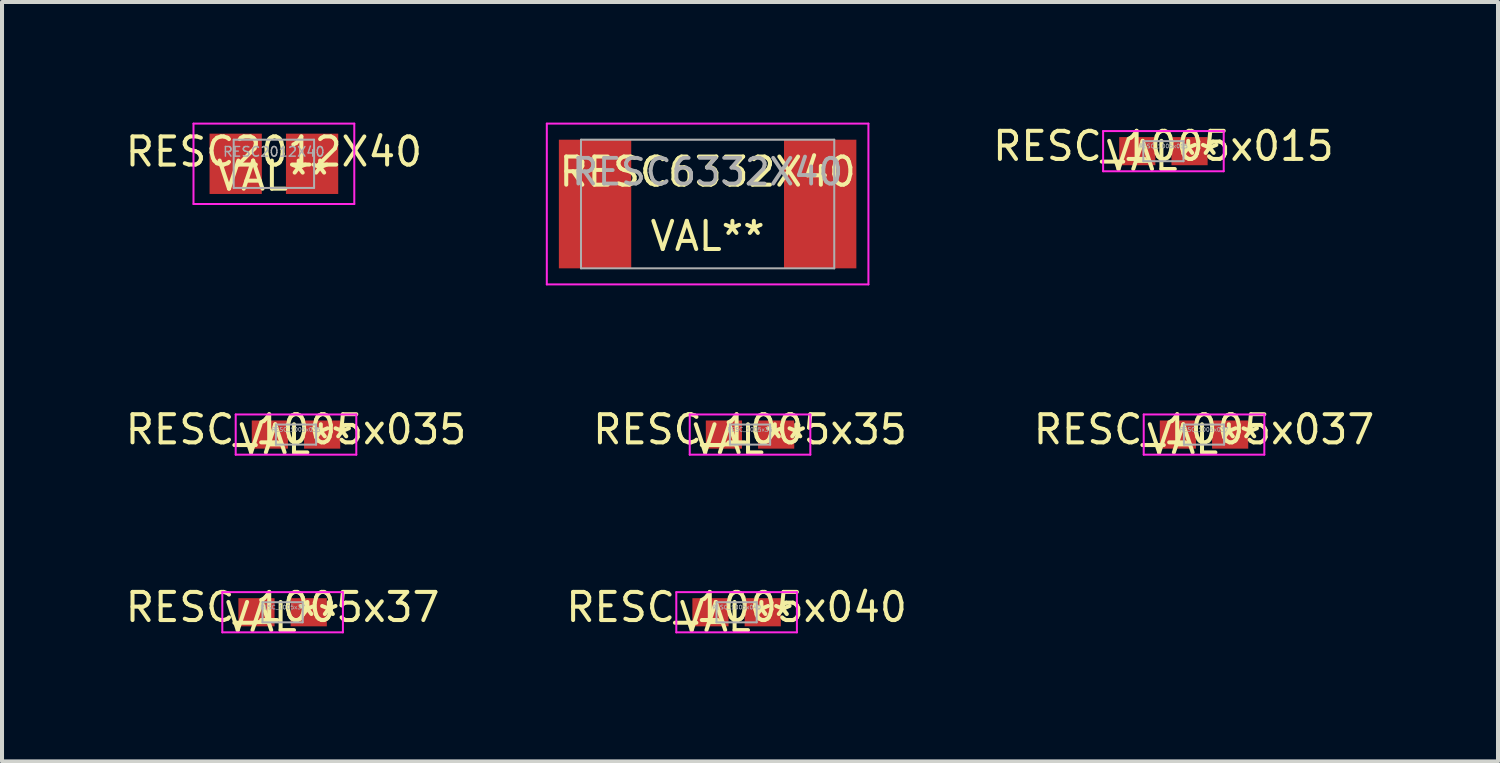
<source format=kicad_pcb>
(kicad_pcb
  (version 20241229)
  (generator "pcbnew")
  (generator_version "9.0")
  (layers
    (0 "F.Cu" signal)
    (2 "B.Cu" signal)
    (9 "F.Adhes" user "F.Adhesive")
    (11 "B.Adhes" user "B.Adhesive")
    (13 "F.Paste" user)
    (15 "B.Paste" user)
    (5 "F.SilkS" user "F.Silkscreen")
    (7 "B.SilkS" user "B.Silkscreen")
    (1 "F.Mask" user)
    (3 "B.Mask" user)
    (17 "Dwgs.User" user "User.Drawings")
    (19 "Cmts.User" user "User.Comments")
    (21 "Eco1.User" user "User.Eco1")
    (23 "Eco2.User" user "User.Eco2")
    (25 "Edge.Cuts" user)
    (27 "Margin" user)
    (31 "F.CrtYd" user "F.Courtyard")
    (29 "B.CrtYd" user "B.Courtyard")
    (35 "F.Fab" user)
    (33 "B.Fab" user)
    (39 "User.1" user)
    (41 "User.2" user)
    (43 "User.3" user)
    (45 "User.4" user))
  (footprint "RESC_1005x015"
    (layer "F.Cu")
    (at 25.89 0.71)
    (property "Reference" "RESC_1005x015" (at 0 -0.125 0) (layer "F.Fab") (effects (font (size 0.1 0.1) (thickness 0.015))))
    (property "Value" "VAL**" (at 0 0.125 0) (layer "F.Fab") (hide yes) (effects (font (size 0.1 0.1) (thickness 0.015))))
    (attr smd)
    (fp_line (start -1.5 -0.5) (end 1.5 -0.5) (stroke (width 0.05) (type solid)) (layer "F.CrtYd"))
    (fp_line (start -1.5 0.5) (end -1.5 -0.5) (stroke (width 0.05) (type solid)) (layer "F.CrtYd"))
    (fp_line (start 1.5 -0.5) (end 1.5 0.5) (stroke (width 0.05) (type solid)) (layer "F.CrtYd"))
    (fp_line (start 1.5 0.5) (end -1.5 0.5) (stroke (width 0.05) (type solid)) (layer "F.CrtYd"))
    (fp_line (start -0.5 -0.25) (end 0.5 -0.25) (stroke (width 0.05) (type solid)) (layer "F.Fab"))
    (fp_line (start -0.5 0.25) (end -0.5 -0.25) (stroke (width 0.05) (type solid)) (layer "F.Fab"))
    (fp_line (start 0.5 -0.25) (end 0.5 0.25) (stroke (width 0.05) (type solid)) (layer "F.Fab"))
    (fp_line (start 0.5 0.25) (end -0.5 0.25) (stroke (width 0.05) (type solid)) (layer "F.Fab"))
    (fp_text user "${REFERENCE}" (at 0 -0.125 0) (layer "F.SilkS") (effects (font (size 0.7 0.7) (thickness 0.1))))
    (fp_text user "${VALUE}" (at 0 0.125 0) (layer "F.SilkS") (effects (font (size 0.7 0.7) (thickness 0.1))))
    (pad "1" smd rect (at -0.65 0) (size 0.9 0.7) (layers "F.Cu" "F.Mask" "F.Paste"))
    (pad "2" smd rect (at 0.65 0) (size 0.9 0.7) (layers "F.Cu" "F.Mask" "F.Paste")))
  (footprint "RESC_1005x37"
    (layer "F.Cu")
    (at 3.98 12.18)
    (property "Reference" "RESC_1005x37" (at 0 -0.125 0) (layer "F.Fab") (effects (font (size 0.1 0.1) (thickness 0.015))))
    (property "Value" "VAL**" (at 0 0.125 0) (layer "F.Fab") (hide yes) (effects (font (size 0.1 0.1) (thickness 0.015))))
    (attr smd)
    (fp_line (start -1.5 -0.5) (end 1.5 -0.5) (stroke (width 0.05) (type solid)) (layer "F.CrtYd"))
    (fp_line (start -1.5 0.5) (end -1.5 -0.5) (stroke (width 0.05) (type solid)) (layer "F.CrtYd"))
    (fp_line (start 1.5 -0.5) (end 1.5 0.5) (stroke (width 0.05) (type solid)) (layer "F.CrtYd"))
    (fp_line (start 1.5 0.5) (end -1.5 0.5) (stroke (width 0.05) (type solid)) (layer "F.CrtYd"))
    (fp_line (start -0.5 -0.25) (end 0.5 -0.25) (stroke (width 0.05) (type solid)) (layer "F.Fab"))
    (fp_line (start -0.5 0.25) (end -0.5 -0.25) (stroke (width 0.05) (type solid)) (layer "F.Fab"))
    (fp_line (start 0.5 -0.25) (end 0.5 0.25) (stroke (width 0.05) (type solid)) (layer "F.Fab"))
    (fp_line (start 0.5 0.25) (end -0.5 0.25) (stroke (width 0.05) (type solid)) (layer "F.Fab"))
    (fp_text user "${VALUE}" (at 0 0.125 0) (layer "F.SilkS") (effects (font (size 0.7 0.7) (thickness 0.1))))
    (fp_text user "${REFERENCE}" (at 0 -0.125 0) (layer "F.SilkS") (effects (font (size 0.7 0.7) (thickness 0.1))))
    (pad "1" smd rect (at -0.65 0) (size 0.9 0.7) (layers "F.Cu" "F.Mask" "F.Paste"))
    (pad "2" smd rect (at 0.65 0) (size 0.9 0.7) (layers "F.Cu" "F.Mask" "F.Paste")))
  (footprint "RESC_1005x037"
    (layer "F.Cu")
    (at 26.9 7.76)
    (property "Reference" "RESC_1005x037" (at 0 -0.125 0) (layer "F.Fab") (effects (font (size 0.1 0.1) (thickness 0.015))))
    (property "Value" "VAL**" (at 0 0.125 0) (layer "F.Fab") (hide yes) (effects (font (size 0.1 0.1) (thickness 0.015))))
    (attr smd)
    (fp_line (start -1.5 -0.5) (end 1.5 -0.5) (stroke (width 0.05) (type solid)) (layer "F.CrtYd"))
    (fp_line (start -1.5 0.5) (end -1.5 -0.5) (stroke (width 0.05) (type solid)) (layer "F.CrtYd"))
    (fp_line (start 1.5 -0.5) (end 1.5 0.5) (stroke (width 0.05) (type solid)) (layer "F.CrtYd"))
    (fp_line (start 1.5 0.5) (end -1.5 0.5) (stroke (width 0.05) (type solid)) (layer "F.CrtYd"))
    (fp_line (start -0.5 -0.25) (end 0.5 -0.25) (stroke (width 0.05) (type solid)) (layer "F.Fab"))
    (fp_line (start -0.5 0.25) (end -0.5 -0.25) (stroke (width 0.05) (type solid)) (layer "F.Fab"))
    (fp_line (start 0.5 -0.25) (end 0.5 0.25) (stroke (width 0.05) (type solid)) (layer "F.Fab"))
    (fp_line (start 0.5 0.25) (end -0.5 0.25) (stroke (width 0.05) (type solid)) (layer "F.Fab"))
    (fp_text user "${VALUE}" (at 0 0.125 0) (layer "F.SilkS") (effects (font (size 0.7 0.7) (thickness 0.1))))
    (fp_text user "${REFERENCE}" (at 0 -0.125 0) (layer "F.SilkS") (effects (font (size 0.7 0.7) (thickness 0.1))))
    (pad "1" smd rect (at -0.65 0) (size 0.9 0.7) (layers "F.Cu" "F.Mask" "F.Paste"))
    (pad "2" smd rect (at 0.65 0) (size 0.9 0.7) (layers "F.Cu" "F.Mask" "F.Paste")))
  (footprint "RESC_1005x35"
    (layer "F.Cu")
    (at 15.607 7.76)
    (property "Reference" "RESC_1005x35" (at 0 -0.125 0) (layer "F.Fab") (effects (font (size 0.1 0.1) (thickness 0.015))))
    (property "Value" "VAL**" (at 0 0.125 0) (layer "F.Fab") (hide yes) (effects (font (size 0.1 0.1) (thickness 0.015))))
    (attr smd)
    (fp_line (start -1.5 -0.5) (end 1.5 -0.5) (stroke (width 0.05) (type solid)) (layer "F.CrtYd"))
    (fp_line (start -1.5 0.5) (end -1.5 -0.5) (stroke (width 0.05) (type solid)) (layer "F.CrtYd"))
    (fp_line (start 1.5 -0.5) (end 1.5 0.5) (stroke (width 0.05) (type solid)) (layer "F.CrtYd"))
    (fp_line (start 1.5 0.5) (end -1.5 0.5) (stroke (width 0.05) (type solid)) (layer "F.CrtYd"))
    (fp_line (start -0.5 -0.25) (end 0.5 -0.25) (stroke (width 0.05) (type solid)) (layer "F.Fab"))
    (fp_line (start -0.5 0.25) (end -0.5 -0.25) (stroke (width 0.05) (type solid)) (layer "F.Fab"))
    (fp_line (start 0.5 -0.25) (end 0.5 0.25) (stroke (width 0.05) (type solid)) (layer "F.Fab"))
    (fp_line (start 0.5 0.25) (end -0.5 0.25) (stroke (width 0.05) (type solid)) (layer "F.Fab"))
    (fp_text user "${VALUE}" (at 0 0.125 0) (layer "F.SilkS") (effects (font (size 0.7 0.7) (thickness 0.1))))
    (fp_text user "${REFERENCE}" (at 0 -0.125 0) (layer "F.SilkS") (effects (font (size 0.7 0.7) (thickness 0.1))))
    (pad "1" smd rect (at -0.65 0) (size 0.9 0.7) (layers "F.Cu" "F.Mask" "F.Paste"))
    (pad "2" smd rect (at 0.65 0) (size 0.9 0.7) (layers "F.Cu" "F.Mask" "F.Paste")))
  (footprint "RESC_1005x035"
    (layer "F.Cu")
    (at 4.313 7.76)
    (property "Reference" "RESC_1005x035" (at 0 -0.125 0) (layer "F.Fab") (effects (font (size 0.1 0.1) (thickness 0.015))))
    (property "Value" "VAL**" (at 0 0.125 0) (layer "F.Fab") (hide yes) (effects (font (size 0.1 0.1) (thickness 0.015))))
    (attr smd)
    (fp_line (start -1.5 -0.5) (end 1.5 -0.5) (stroke (width 0.05) (type solid)) (layer "F.CrtYd"))
    (fp_line (start -1.5 0.5) (end -1.5 -0.5) (stroke (width 0.05) (type solid)) (layer "F.CrtYd"))
    (fp_line (start 1.5 -0.5) (end 1.5 0.5) (stroke (width 0.05) (type solid)) (layer "F.CrtYd"))
    (fp_line (start 1.5 0.5) (end -1.5 0.5) (stroke (width 0.05) (type solid)) (layer "F.CrtYd"))
    (fp_line (start -0.5 -0.25) (end 0.5 -0.25) (stroke (width 0.05) (type solid)) (layer "F.Fab"))
    (fp_line (start -0.5 0.25) (end -0.5 -0.25) (stroke (width 0.05) (type solid)) (layer "F.Fab"))
    (fp_line (start 0.5 -0.25) (end 0.5 0.25) (stroke (width 0.05) (type solid)) (layer "F.Fab"))
    (fp_line (start 0.5 0.25) (end -0.5 0.25) (stroke (width 0.05) (type solid)) (layer "F.Fab"))
    (fp_text user "${VALUE}" (at 0 0.125 0) (layer "F.SilkS") (effects (font (size 0.7 0.7) (thickness 0.1))))
    (fp_text user "${REFERENCE}" (at 0 -0.125 0) (layer "F.SilkS") (effects (font (size 0.7 0.7) (thickness 0.1))))
    (pad "1" smd rect (at -0.65 0) (size 0.9 0.7) (layers "F.Cu" "F.Mask" "F.Paste"))
    (pad "2" smd rect (at 0.65 0) (size 0.9 0.7) (layers "F.Cu" "F.Mask" "F.Paste")))
  (footprint "RESC2012X40"
    (layer "F.Cu")
    (at 3.763 1.025)
    (property "Reference" "RESC2012X40" (at 0 -0.3 0) (layer "F.Fab") (effects (font (size 0.24 0.24) (thickness 0.036))))
    (property "Value" "VAL**" (at 0 0.3 0) (layer "F.Fab") (hide yes) (effects (font (size 0.24 0.24) (thickness 0.036))))
    (attr smd)
    (fp_line (start -2 -1) (end 2 -1) (stroke (width 0.05) (type solid)) (layer "F.CrtYd"))
    (fp_line (start -2 1) (end -2 -1) (stroke (width 0.05) (type solid)) (layer "F.CrtYd"))
    (fp_line (start 2 -1) (end 2 1) (stroke (width 0.05) (type solid)) (layer "F.CrtYd"))
    (fp_line (start 2 1) (end -2 1) (stroke (width 0.05) (type solid)) (layer "F.CrtYd"))
    (fp_line (start -1 -0.6) (end 1 -0.6) (stroke (width 0.05) (type solid)) (layer "F.Fab"))
    (fp_line (start -1 0.6) (end -1 -0.6) (stroke (width 0.05) (type solid)) (layer "F.Fab"))
    (fp_line (start 1 -0.6) (end 1 0.6) (stroke (width 0.05) (type solid)) (layer "F.Fab"))
    (fp_line (start 1 0.6) (end -1 0.6) (stroke (width 0.05) (type solid)) (layer "F.Fab"))
    (fp_text user "${REFERENCE}" (at 0 -0.3 0) (layer "F.SilkS") (effects (font (size 0.7 0.7) (thickness 0.1))))
    (fp_text user "${VALUE}" (at 0 0.3 0) (layer "F.SilkS") (effects (font (size 0.7 0.7) (thickness 0.1))))
    (pad "1" smd rect (at -0.95 0) (size 1.3 1.5) (layers "F.Cu" "F.Mask" "F.Paste"))
    (pad "2" smd rect (at 0.95 0) (size 1.3 1.5) (layers "F.Cu" "F.Mask" "F.Paste")))
  (footprint "RESC_1005x040"
    (layer "F.Cu")
    (at 15.273 12.18)
    (property "Reference" "RESC_1005x040" (at 0 -0.125 0) (layer "F.Fab") (effects (font (size 0.1 0.1) (thickness 0.015))))
    (property "Value" "VAL**" (at 0 0.125 0) (layer "F.Fab") (hide yes) (effects (font (size 0.1 0.1) (thickness 0.015))))
    (attr smd)
    (fp_line (start -1.5 -0.5) (end 1.5 -0.5) (stroke (width 0.05) (type solid)) (layer "F.CrtYd"))
    (fp_line (start -1.5 0.5) (end -1.5 -0.5) (stroke (width 0.05) (type solid)) (layer "F.CrtYd"))
    (fp_line (start 1.5 -0.5) (end 1.5 0.5) (stroke (width 0.05) (type solid)) (layer "F.CrtYd"))
    (fp_line (start 1.5 0.5) (end -1.5 0.5) (stroke (width 0.05) (type solid)) (layer "F.CrtYd"))
    (fp_line (start -0.5 -0.25) (end 0.5 -0.25) (stroke (width 0.05) (type solid)) (layer "F.Fab"))
    (fp_line (start -0.5 0.25) (end -0.5 -0.25) (stroke (width 0.05) (type solid)) (layer "F.Fab"))
    (fp_line (start 0.5 -0.25) (end 0.5 0.25) (stroke (width 0.05) (type solid)) (layer "F.Fab"))
    (fp_line (start 0.5 0.25) (end -0.5 0.25) (stroke (width 0.05) (type solid)) (layer "F.Fab"))
    (fp_text user "${REFERENCE}" (at 0 -0.125 0) (layer "F.SilkS") (effects (font (size 0.7 0.7) (thickness 0.1))))
    (fp_text user "${VALUE}" (at 0 0.125 0) (layer "F.SilkS") (effects (font (size 0.7 0.7) (thickness 0.1))))
    (pad "1" smd rect (at -0.65 0) (size 0.9 0.7) (layers "F.Cu" "F.Mask" "F.Paste"))
    (pad "2" smd rect (at 0.65 0) (size 0.9 0.7) (layers "F.Cu" "F.Mask" "F.Paste")))
  (footprint "RESC6332X40"
    (layer "F.Cu")
    (at 14.552 2.025)
    (property "Reference" "RESC6332X40" (at 0 -0.8 0) (layer "F.Fab") (effects (font (size 0.64 0.64) (thickness 0.096))))
    (property "Value" "VAL**" (at 0 0.8 0) (layer "F.Fab") (hide yes) (effects (font (size 0.64 0.64) (thickness 0.096))))
    (attr smd)
    (fp_line (start -4 -2) (end 4 -2) (stroke (width 0.05) (type solid)) (layer "F.CrtYd"))
    (fp_line (start -4 2) (end -4 -2) (stroke (width 0.05) (type solid)) (layer "F.CrtYd"))
    (fp_line (start 4 -2) (end 4 2) (stroke (width 0.05) (type solid)) (layer "F.CrtYd"))
    (fp_line (start 4 2) (end -4 2) (stroke (width 0.05) (type solid)) (layer "F.CrtYd"))
    (fp_line (start -3.15 -1.6) (end 3.15 -1.6) (stroke (width 0.05) (type solid)) (layer "F.Fab"))
    (fp_line (start -3.15 1.6) (end -3.15 -1.6) (stroke (width 0.05) (type solid)) (layer "F.Fab"))
    (fp_line (start 3.15 -1.6) (end 3.15 1.6) (stroke (width 0.05) (type solid)) (layer "F.Fab"))
    (fp_line (start 3.15 1.6) (end -3.15 1.6) (stroke (width 0.05) (type solid)) (layer "F.Fab"))
    (fp_text user "${VALUE}" (at 0 0.8 0) (layer "F.SilkS") (effects (font (size 0.7 0.7) (thickness 0.1))))
    (fp_text user "${REFERENCE}" (at 0 -0.8 0) (layer "F.SilkS") (effects (font (size 0.7 0.7) (thickness 0.1))))
    (pad "1" smd rect (at -2.8 0) (size 1.8 3.2) (layers "F.Cu" "F.Mask" "F.Paste"))
    (pad "2" smd rect (at 2.8 0) (size 1.8 3.2) (layers "F.Cu" "F.Mask" "F.Paste")))
  (gr_rect
    (start -3 -3)
    (end 34.213 15.89)
    (stroke (width 0.1) (type default))
    (fill no)
    (layer "Edge.Cuts")))
</source>
